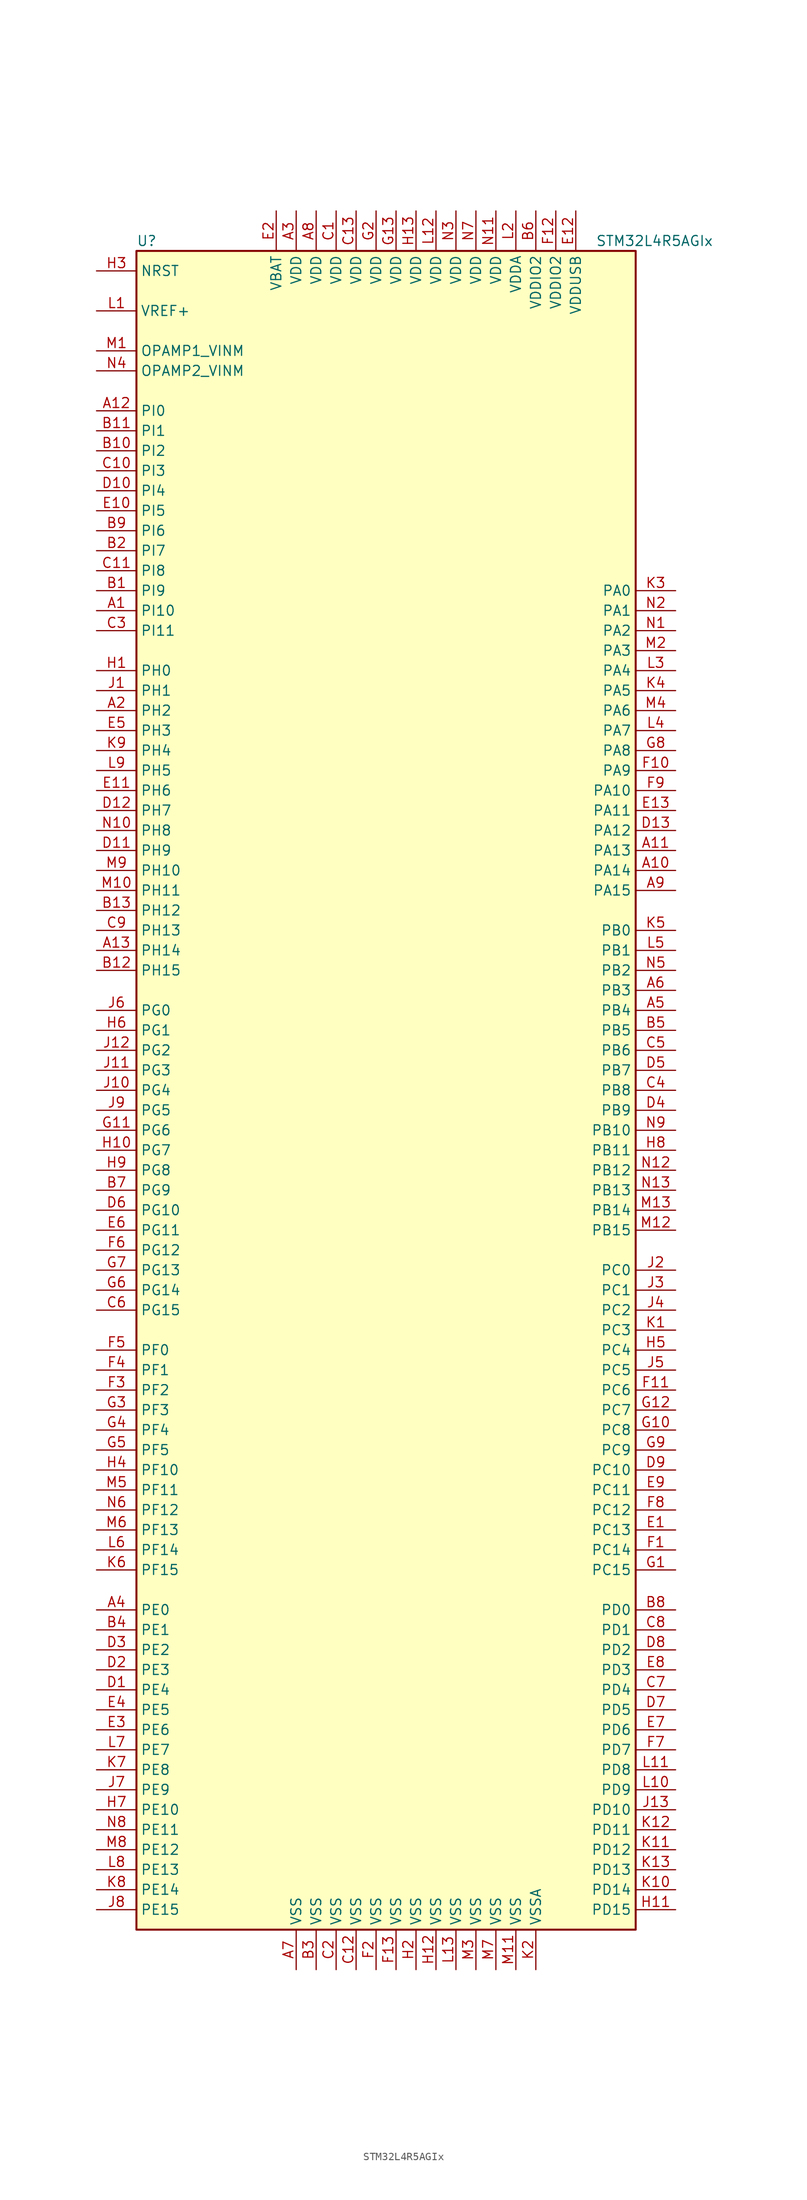
<source format=kicad_sym>
(kicad_symbol_lib
  (version 20211014)
  (generator kicad_symbol_editor)
  (symbol "STM32L4R5AGIx"
    (property "Reference" "U"
      (at -33.02 107.95 0)
      (effects (font (size 1.27 1.27)) (justify left)))
    (property "Value" "STM32L4R5AGIx"
      (at 25.4 107.95 0)
      (effects (font (size 1.27 1.27)) (justify left)))
    (symbol "STM32L4R5AGIx_0_1"
      (rectangle (start -33.02 -106.68) (end 30.48 106.68) (stroke (width 0.254) (type default) (color 0 0 0 0)) (fill (type background))))
    (symbol "STM32L4R5AGIx_1_1"
      (pin bidirectional line (at -38.1 60.96 0) (length 5.08) (name "PI10" (effects (font (size 1.27 1.27)))) (number "A1" (effects (font (size 1.27 1.27)))))
      (pin bidirectional line (at 35.56 27.94 180) (length 5.08) (name "PA14" (effects (font (size 1.27 1.27)))) (number "A10" (effects (font (size 1.27 1.27)))))
      (pin bidirectional line (at 35.56 30.48 180) (length 5.08) (name "PA13" (effects (font (size 1.27 1.27)))) (number "A11" (effects (font (size 1.27 1.27)))))
      (pin bidirectional line (at -38.1 86.36 0) (length 5.08) (name "PI0" (effects (font (size 1.27 1.27)))) (number "A12" (effects (font (size 1.27 1.27)))))
      (pin bidirectional line (at -38.1 17.78 0) (length 5.08) (name "PH14" (effects (font (size 1.27 1.27)))) (number "A13" (effects (font (size 1.27 1.27)))))
      (pin bidirectional line (at -38.1 48.26 0) (length 5.08) (name "PH2" (effects (font (size 1.27 1.27)))) (number "A2" (effects (font (size 1.27 1.27)))))
      (pin power_in line (at -12.7 111.76 270) (length 5.08) (name "VDD" (effects (font (size 1.27 1.27)))) (number "A3" (effects (font (size 1.27 1.27)))))
      (pin bidirectional line (at -38.1 -66.04 0) (length 5.08) (name "PE0" (effects (font (size 1.27 1.27)))) (number "A4" (effects (font (size 1.27 1.27)))))
      (pin bidirectional line (at 35.56 10.16 180) (length 5.08) (name "PB4" (effects (font (size 1.27 1.27)))) (number "A5" (effects (font (size 1.27 1.27)))))
      (pin bidirectional line (at 35.56 12.7 180) (length 5.08) (name "PB3" (effects (font (size 1.27 1.27)))) (number "A6" (effects (font (size 1.27 1.27)))))
      (pin power_in line (at -12.7 -111.76 90) (length 5.08) (name "VSS" (effects (font (size 1.27 1.27)))) (number "A7" (effects (font (size 1.27 1.27)))))
      (pin power_in line (at -10.16 111.76 270) (length 5.08) (name "VDD" (effects (font (size 1.27 1.27)))) (number "A8" (effects (font (size 1.27 1.27)))))
      (pin bidirectional line (at 35.56 25.4 180) (length 5.08) (name "PA15" (effects (font (size 1.27 1.27)))) (number "A9" (effects (font (size 1.27 1.27)))))
      (pin bidirectional line (at -38.1 63.5 0) (length 5.08) (name "PI9" (effects (font (size 1.27 1.27)))) (number "B1" (effects (font (size 1.27 1.27)))))
      (pin bidirectional line (at -38.1 81.28 0) (length 5.08) (name "PI2" (effects (font (size 1.27 1.27)))) (number "B10" (effects (font (size 1.27 1.27)))))
      (pin bidirectional line (at -38.1 83.82 0) (length 5.08) (name "PI1" (effects (font (size 1.27 1.27)))) (number "B11" (effects (font (size 1.27 1.27)))))
      (pin bidirectional line (at -38.1 15.24 0) (length 5.08) (name "PH15" (effects (font (size 1.27 1.27)))) (number "B12" (effects (font (size 1.27 1.27)))))
      (pin bidirectional line (at -38.1 22.86 0) (length 5.08) (name "PH12" (effects (font (size 1.27 1.27)))) (number "B13" (effects (font (size 1.27 1.27)))))
      (pin bidirectional line (at -38.1 68.58 0) (length 5.08) (name "PI7" (effects (font (size 1.27 1.27)))) (number "B2" (effects (font (size 1.27 1.27)))))
      (pin power_in line (at -10.16 -111.76 90) (length 5.08) (name "VSS" (effects (font (size 1.27 1.27)))) (number "B3" (effects (font (size 1.27 1.27)))))
      (pin bidirectional line (at -38.1 -68.58 0) (length 5.08) (name "PE1" (effects (font (size 1.27 1.27)))) (number "B4" (effects (font (size 1.27 1.27)))))
      (pin bidirectional line (at 35.56 7.62 180) (length 5.08) (name "PB5" (effects (font (size 1.27 1.27)))) (number "B5" (effects (font (size 1.27 1.27)))))
      (pin power_in line (at 17.78 111.76 270) (length 5.08) (name "VDDIO2" (effects (font (size 1.27 1.27)))) (number "B6" (effects (font (size 1.27 1.27)))))
      (pin bidirectional line (at -38.1 -12.7 0) (length 5.08) (name "PG9" (effects (font (size 1.27 1.27)))) (number "B7" (effects (font (size 1.27 1.27)))))
      (pin bidirectional line (at 35.56 -66.04 180) (length 5.08) (name "PD0" (effects (font (size 1.27 1.27)))) (number "B8" (effects (font (size 1.27 1.27)))))
      (pin bidirectional line (at -38.1 71.12 0) (length 5.08) (name "PI6" (effects (font (size 1.27 1.27)))) (number "B9" (effects (font (size 1.27 1.27)))))
      (pin power_in line (at -7.62 111.76 270) (length 5.08) (name "VDD" (effects (font (size 1.27 1.27)))) (number "C1" (effects (font (size 1.27 1.27)))))
      (pin bidirectional line (at -38.1 78.74 0) (length 5.08) (name "PI3" (effects (font (size 1.27 1.27)))) (number "C10" (effects (font (size 1.27 1.27)))))
      (pin bidirectional line (at -38.1 66.04 0) (length 5.08) (name "PI8" (effects (font (size 1.27 1.27)))) (number "C11" (effects (font (size 1.27 1.27)))))
      (pin power_in line (at -5.08 -111.76 90) (length 5.08) (name "VSS" (effects (font (size 1.27 1.27)))) (number "C12" (effects (font (size 1.27 1.27)))))
      (pin power_in line (at -5.08 111.76 270) (length 5.08) (name "VDD" (effects (font (size 1.27 1.27)))) (number "C13" (effects (font (size 1.27 1.27)))))
      (pin power_in line (at -7.62 -111.76 90) (length 5.08) (name "VSS" (effects (font (size 1.27 1.27)))) (number "C2" (effects (font (size 1.27 1.27)))))
      (pin bidirectional line (at -38.1 58.42 0) (length 5.08) (name "PI11" (effects (font (size 1.27 1.27)))) (number "C3" (effects (font (size 1.27 1.27)))))
      (pin bidirectional line (at 35.56 0 180) (length 5.08) (name "PB8" (effects (font (size 1.27 1.27)))) (number "C4" (effects (font (size 1.27 1.27)))))
      (pin bidirectional line (at 35.56 5.08 180) (length 5.08) (name "PB6" (effects (font (size 1.27 1.27)))) (number "C5" (effects (font (size 1.27 1.27)))))
      (pin bidirectional line (at -38.1 -27.94 0) (length 5.08) (name "PG15" (effects (font (size 1.27 1.27)))) (number "C6" (effects (font (size 1.27 1.27)))))
      (pin bidirectional line (at 35.56 -76.2 180) (length 5.08) (name "PD4" (effects (font (size 1.27 1.27)))) (number "C7" (effects (font (size 1.27 1.27)))))
      (pin bidirectional line (at 35.56 -68.58 180) (length 5.08) (name "PD1" (effects (font (size 1.27 1.27)))) (number "C8" (effects (font (size 1.27 1.27)))))
      (pin bidirectional line (at -38.1 20.32 0) (length 5.08) (name "PH13" (effects (font (size 1.27 1.27)))) (number "C9" (effects (font (size 1.27 1.27)))))
      (pin bidirectional line (at -38.1 -76.2 0) (length 5.08) (name "PE4" (effects (font (size 1.27 1.27)))) (number "D1" (effects (font (size 1.27 1.27)))))
      (pin bidirectional line (at -38.1 76.2 0) (length 5.08) (name "PI4" (effects (font (size 1.27 1.27)))) (number "D10" (effects (font (size 1.27 1.27)))))
      (pin bidirectional line (at -38.1 30.48 0) (length 5.08) (name "PH9" (effects (font (size 1.27 1.27)))) (number "D11" (effects (font (size 1.27 1.27)))))
      (pin bidirectional line (at -38.1 35.56 0) (length 5.08) (name "PH7" (effects (font (size 1.27 1.27)))) (number "D12" (effects (font (size 1.27 1.27)))))
      (pin bidirectional line (at 35.56 33.02 180) (length 5.08) (name "PA12" (effects (font (size 1.27 1.27)))) (number "D13" (effects (font (size 1.27 1.27)))))
      (pin bidirectional line (at -38.1 -73.66 0) (length 5.08) (name "PE3" (effects (font (size 1.27 1.27)))) (number "D2" (effects (font (size 1.27 1.27)))))
      (pin bidirectional line (at -38.1 -71.12 0) (length 5.08) (name "PE2" (effects (font (size 1.27 1.27)))) (number "D3" (effects (font (size 1.27 1.27)))))
      (pin bidirectional line (at 35.56 -2.54 180) (length 5.08) (name "PB9" (effects (font (size 1.27 1.27)))) (number "D4" (effects (font (size 1.27 1.27)))))
      (pin bidirectional line (at 35.56 2.54 180) (length 5.08) (name "PB7" (effects (font (size 1.27 1.27)))) (number "D5" (effects (font (size 1.27 1.27)))))
      (pin bidirectional line (at -38.1 -15.24 0) (length 5.08) (name "PG10" (effects (font (size 1.27 1.27)))) (number "D6" (effects (font (size 1.27 1.27)))))
      (pin bidirectional line (at 35.56 -78.74 180) (length 5.08) (name "PD5" (effects (font (size 1.27 1.27)))) (number "D7" (effects (font (size 1.27 1.27)))))
      (pin bidirectional line (at 35.56 -71.12 180) (length 5.08) (name "PD2" (effects (font (size 1.27 1.27)))) (number "D8" (effects (font (size 1.27 1.27)))))
      (pin bidirectional line (at 35.56 -48.26 180) (length 5.08) (name "PC10" (effects (font (size 1.27 1.27)))) (number "D9" (effects (font (size 1.27 1.27)))))
      (pin bidirectional line (at 35.56 -55.88 180) (length 5.08) (name "PC13" (effects (font (size 1.27 1.27)))) (number "E1" (effects (font (size 1.27 1.27)))))
      (pin bidirectional line (at -38.1 73.66 0) (length 5.08) (name "PI5" (effects (font (size 1.27 1.27)))) (number "E10" (effects (font (size 1.27 1.27)))))
      (pin bidirectional line (at -38.1 38.1 0) (length 5.08) (name "PH6" (effects (font (size 1.27 1.27)))) (number "E11" (effects (font (size 1.27 1.27)))))
      (pin power_in line (at 22.86 111.76 270) (length 5.08) (name "VDDUSB" (effects (font (size 1.27 1.27)))) (number "E12" (effects (font (size 1.27 1.27)))))
      (pin bidirectional line (at 35.56 35.56 180) (length 5.08) (name "PA11" (effects (font (size 1.27 1.27)))) (number "E13" (effects (font (size 1.27 1.27)))))
      (pin power_in line (at -15.24 111.76 270) (length 5.08) (name "VBAT" (effects (font (size 1.27 1.27)))) (number "E2" (effects (font (size 1.27 1.27)))))
      (pin bidirectional line (at -38.1 -81.28 0) (length 5.08) (name "PE6" (effects (font (size 1.27 1.27)))) (number "E3" (effects (font (size 1.27 1.27)))))
      (pin bidirectional line (at -38.1 -78.74 0) (length 5.08) (name "PE5" (effects (font (size 1.27 1.27)))) (number "E4" (effects (font (size 1.27 1.27)))))
      (pin bidirectional line (at -38.1 45.72 0) (length 5.08) (name "PH3" (effects (font (size 1.27 1.27)))) (number "E5" (effects (font (size 1.27 1.27)))))
      (pin bidirectional line (at -38.1 -17.78 0) (length 5.08) (name "PG11" (effects (font (size 1.27 1.27)))) (number "E6" (effects (font (size 1.27 1.27)))))
      (pin bidirectional line (at 35.56 -81.28 180) (length 5.08) (name "PD6" (effects (font (size 1.27 1.27)))) (number "E7" (effects (font (size 1.27 1.27)))))
      (pin bidirectional line (at 35.56 -73.66 180) (length 5.08) (name "PD3" (effects (font (size 1.27 1.27)))) (number "E8" (effects (font (size 1.27 1.27)))))
      (pin bidirectional line (at 35.56 -50.8 180) (length 5.08) (name "PC11" (effects (font (size 1.27 1.27)))) (number "E9" (effects (font (size 1.27 1.27)))))
      (pin bidirectional line (at 35.56 -58.42 180) (length 5.08) (name "PC14" (effects (font (size 1.27 1.27)))) (number "F1" (effects (font (size 1.27 1.27)))))
      (pin bidirectional line (at 35.56 40.64 180) (length 5.08) (name "PA9" (effects (font (size 1.27 1.27)))) (number "F10" (effects (font (size 1.27 1.27)))))
      (pin bidirectional line (at 35.56 -38.1 180) (length 5.08) (name "PC6" (effects (font (size 1.27 1.27)))) (number "F11" (effects (font (size 1.27 1.27)))))
      (pin power_in line (at 20.32 111.76 270) (length 5.08) (name "VDDIO2" (effects (font (size 1.27 1.27)))) (number "F12" (effects (font (size 1.27 1.27)))))
      (pin power_in line (at 0 -111.76 90) (length 5.08) (name "VSS" (effects (font (size 1.27 1.27)))) (number "F13" (effects (font (size 1.27 1.27)))))
      (pin power_in line (at -2.54 -111.76 90) (length 5.08) (name "VSS" (effects (font (size 1.27 1.27)))) (number "F2" (effects (font (size 1.27 1.27)))))
      (pin bidirectional line (at -38.1 -38.1 0) (length 5.08) (name "PF2" (effects (font (size 1.27 1.27)))) (number "F3" (effects (font (size 1.27 1.27)))))
      (pin bidirectional line (at -38.1 -35.56 0) (length 5.08) (name "PF1" (effects (font (size 1.27 1.27)))) (number "F4" (effects (font (size 1.27 1.27)))))
      (pin bidirectional line (at -38.1 -33.02 0) (length 5.08) (name "PF0" (effects (font (size 1.27 1.27)))) (number "F5" (effects (font (size 1.27 1.27)))))
      (pin bidirectional line (at -38.1 -20.32 0) (length 5.08) (name "PG12" (effects (font (size 1.27 1.27)))) (number "F6" (effects (font (size 1.27 1.27)))))
      (pin bidirectional line (at 35.56 -83.82 180) (length 5.08) (name "PD7" (effects (font (size 1.27 1.27)))) (number "F7" (effects (font (size 1.27 1.27)))))
      (pin bidirectional line (at 35.56 -53.34 180) (length 5.08) (name "PC12" (effects (font (size 1.27 1.27)))) (number "F8" (effects (font (size 1.27 1.27)))))
      (pin bidirectional line (at 35.56 38.1 180) (length 5.08) (name "PA10" (effects (font (size 1.27 1.27)))) (number "F9" (effects (font (size 1.27 1.27)))))
      (pin bidirectional line (at 35.56 -60.96 180) (length 5.08) (name "PC15" (effects (font (size 1.27 1.27)))) (number "G1" (effects (font (size 1.27 1.27)))))
      (pin bidirectional line (at 35.56 -43.18 180) (length 5.08) (name "PC8" (effects (font (size 1.27 1.27)))) (number "G10" (effects (font (size 1.27 1.27)))))
      (pin bidirectional line (at -38.1 -5.08 0) (length 5.08) (name "PG6" (effects (font (size 1.27 1.27)))) (number "G11" (effects (font (size 1.27 1.27)))))
      (pin bidirectional line (at 35.56 -40.64 180) (length 5.08) (name "PC7" (effects (font (size 1.27 1.27)))) (number "G12" (effects (font (size 1.27 1.27)))))
      (pin power_in line (at 0 111.76 270) (length 5.08) (name "VDD" (effects (font (size 1.27 1.27)))) (number "G13" (effects (font (size 1.27 1.27)))))
      (pin power_in line (at -2.54 111.76 270) (length 5.08) (name "VDD" (effects (font (size 1.27 1.27)))) (number "G2" (effects (font (size 1.27 1.27)))))
      (pin bidirectional line (at -38.1 -40.64 0) (length 5.08) (name "PF3" (effects (font (size 1.27 1.27)))) (number "G3" (effects (font (size 1.27 1.27)))))
      (pin bidirectional line (at -38.1 -43.18 0) (length 5.08) (name "PF4" (effects (font (size 1.27 1.27)))) (number "G4" (effects (font (size 1.27 1.27)))))
      (pin bidirectional line (at -38.1 -45.72 0) (length 5.08) (name "PF5" (effects (font (size 1.27 1.27)))) (number "G5" (effects (font (size 1.27 1.27)))))
      (pin bidirectional line (at -38.1 -25.4 0) (length 5.08) (name "PG14" (effects (font (size 1.27 1.27)))) (number "G6" (effects (font (size 1.27 1.27)))))
      (pin bidirectional line (at -38.1 -22.86 0) (length 5.08) (name "PG13" (effects (font (size 1.27 1.27)))) (number "G7" (effects (font (size 1.27 1.27)))))
      (pin bidirectional line (at 35.56 43.18 180) (length 5.08) (name "PA8" (effects (font (size 1.27 1.27)))) (number "G8" (effects (font (size 1.27 1.27)))))
      (pin bidirectional line (at 35.56 -45.72 180) (length 5.08) (name "PC9" (effects (font (size 1.27 1.27)))) (number "G9" (effects (font (size 1.27 1.27)))))
      (pin input line (at -38.1 53.34 0) (length 5.08) (name "PH0" (effects (font (size 1.27 1.27)))) (number "H1" (effects (font (size 1.27 1.27)))))
      (pin bidirectional line (at -38.1 -7.62 0) (length 5.08) (name "PG7" (effects (font (size 1.27 1.27)))) (number "H10" (effects (font (size 1.27 1.27)))))
      (pin bidirectional line (at 35.56 -104.14 180) (length 5.08) (name "PD15" (effects (font (size 1.27 1.27)))) (number "H11" (effects (font (size 1.27 1.27)))))
      (pin power_in line (at 5.08 -111.76 90) (length 5.08) (name "VSS" (effects (font (size 1.27 1.27)))) (number "H12" (effects (font (size 1.27 1.27)))))
      (pin power_in line (at 2.54 111.76 270) (length 5.08) (name "VDD" (effects (font (size 1.27 1.27)))) (number "H13" (effects (font (size 1.27 1.27)))))
      (pin power_in line (at 2.54 -111.76 90) (length 5.08) (name "VSS" (effects (font (size 1.27 1.27)))) (number "H2" (effects (font (size 1.27 1.27)))))
      (pin input line (at -38.1 104.14 0) (length 5.08) (name "NRST" (effects (font (size 1.27 1.27)))) (number "H3" (effects (font (size 1.27 1.27)))))
      (pin bidirectional line (at -38.1 -48.26 0) (length 5.08) (name "PF10" (effects (font (size 1.27 1.27)))) (number "H4" (effects (font (size 1.27 1.27)))))
      (pin bidirectional line (at 35.56 -33.02 180) (length 5.08) (name "PC4" (effects (font (size 1.27 1.27)))) (number "H5" (effects (font (size 1.27 1.27)))))
      (pin bidirectional line (at -38.1 7.62 0) (length 5.08) (name "PG1" (effects (font (size 1.27 1.27)))) (number "H6" (effects (font (size 1.27 1.27)))))
      (pin bidirectional line (at -38.1 -91.44 0) (length 5.08) (name "PE10" (effects (font (size 1.27 1.27)))) (number "H7" (effects (font (size 1.27 1.27)))))
      (pin bidirectional line (at 35.56 -7.62 180) (length 5.08) (name "PB11" (effects (font (size 1.27 1.27)))) (number "H8" (effects (font (size 1.27 1.27)))))
      (pin bidirectional line (at -38.1 -10.16 0) (length 5.08) (name "PG8" (effects (font (size 1.27 1.27)))) (number "H9" (effects (font (size 1.27 1.27)))))
      (pin input line (at -38.1 50.8 0) (length 5.08) (name "PH1" (effects (font (size 1.27 1.27)))) (number "J1" (effects (font (size 1.27 1.27)))))
      (pin bidirectional line (at -38.1 0 0) (length 5.08) (name "PG4" (effects (font (size 1.27 1.27)))) (number "J10" (effects (font (size 1.27 1.27)))))
      (pin bidirectional line (at -38.1 2.54 0) (length 5.08) (name "PG3" (effects (font (size 1.27 1.27)))) (number "J11" (effects (font (size 1.27 1.27)))))
      (pin bidirectional line (at -38.1 5.08 0) (length 5.08) (name "PG2" (effects (font (size 1.27 1.27)))) (number "J12" (effects (font (size 1.27 1.27)))))
      (pin bidirectional line (at 35.56 -91.44 180) (length 5.08) (name "PD10" (effects (font (size 1.27 1.27)))) (number "J13" (effects (font (size 1.27 1.27)))))
      (pin bidirectional line (at 35.56 -22.86 180) (length 5.08) (name "PC0" (effects (font (size 1.27 1.27)))) (number "J2" (effects (font (size 1.27 1.27)))))
      (pin bidirectional line (at 35.56 -25.4 180) (length 5.08) (name "PC1" (effects (font (size 1.27 1.27)))) (number "J3" (effects (font (size 1.27 1.27)))))
      (pin bidirectional line (at 35.56 -27.94 180) (length 5.08) (name "PC2" (effects (font (size 1.27 1.27)))) (number "J4" (effects (font (size 1.27 1.27)))))
      (pin bidirectional line (at 35.56 -35.56 180) (length 5.08) (name "PC5" (effects (font (size 1.27 1.27)))) (number "J5" (effects (font (size 1.27 1.27)))))
      (pin bidirectional line (at -38.1 10.16 0) (length 5.08) (name "PG0" (effects (font (size 1.27 1.27)))) (number "J6" (effects (font (size 1.27 1.27)))))
      (pin bidirectional line (at -38.1 -88.9 0) (length 5.08) (name "PE9" (effects (font (size 1.27 1.27)))) (number "J7" (effects (font (size 1.27 1.27)))))
      (pin bidirectional line (at -38.1 -104.14 0) (length 5.08) (name "PE15" (effects (font (size 1.27 1.27)))) (number "J8" (effects (font (size 1.27 1.27)))))
      (pin bidirectional line (at -38.1 -2.54 0) (length 5.08) (name "PG5" (effects (font (size 1.27 1.27)))) (number "J9" (effects (font (size 1.27 1.27)))))
      (pin bidirectional line (at 35.56 -30.48 180) (length 5.08) (name "PC3" (effects (font (size 1.27 1.27)))) (number "K1" (effects (font (size 1.27 1.27)))))
      (pin bidirectional line (at 35.56 -101.6 180) (length 5.08) (name "PD14" (effects (font (size 1.27 1.27)))) (number "K10" (effects (font (size 1.27 1.27)))))
      (pin bidirectional line (at 35.56 -96.52 180) (length 5.08) (name "PD12" (effects (font (size 1.27 1.27)))) (number "K11" (effects (font (size 1.27 1.27)))))
      (pin bidirectional line (at 35.56 -93.98 180) (length 5.08) (name "PD11" (effects (font (size 1.27 1.27)))) (number "K12" (effects (font (size 1.27 1.27)))))
      (pin bidirectional line (at 35.56 -99.06 180) (length 5.08) (name "PD13" (effects (font (size 1.27 1.27)))) (number "K13" (effects (font (size 1.27 1.27)))))
      (pin power_in line (at 17.78 -111.76 90) (length 5.08) (name "VSSA" (effects (font (size 1.27 1.27)))) (number "K2" (effects (font (size 1.27 1.27)))))
      (pin bidirectional line (at 35.56 63.5 180) (length 5.08) (name "PA0" (effects (font (size 1.27 1.27)))) (number "K3" (effects (font (size 1.27 1.27)))))
      (pin bidirectional line (at 35.56 50.8 180) (length 5.08) (name "PA5" (effects (font (size 1.27 1.27)))) (number "K4" (effects (font (size 1.27 1.27)))))
      (pin bidirectional line (at 35.56 20.32 180) (length 5.08) (name "PB0" (effects (font (size 1.27 1.27)))) (number "K5" (effects (font (size 1.27 1.27)))))
      (pin bidirectional line (at -38.1 -60.96 0) (length 5.08) (name "PF15" (effects (font (size 1.27 1.27)))) (number "K6" (effects (font (size 1.27 1.27)))))
      (pin bidirectional line (at -38.1 -86.36 0) (length 5.08) (name "PE8" (effects (font (size 1.27 1.27)))) (number "K7" (effects (font (size 1.27 1.27)))))
      (pin bidirectional line (at -38.1 -101.6 0) (length 5.08) (name "PE14" (effects (font (size 1.27 1.27)))) (number "K8" (effects (font (size 1.27 1.27)))))
      (pin bidirectional line (at -38.1 43.18 0) (length 5.08) (name "PH4" (effects (font (size 1.27 1.27)))) (number "K9" (effects (font (size 1.27 1.27)))))
      (pin bidirectional line (at -38.1 99.06 0) (length 5.08) (name "VREF+" (effects (font (size 1.27 1.27)))) (number "L1" (effects (font (size 1.27 1.27)))))
      (pin bidirectional line (at 35.56 -88.9 180) (length 5.08) (name "PD9" (effects (font (size 1.27 1.27)))) (number "L10" (effects (font (size 1.27 1.27)))))
      (pin bidirectional line (at 35.56 -86.36 180) (length 5.08) (name "PD8" (effects (font (size 1.27 1.27)))) (number "L11" (effects (font (size 1.27 1.27)))))
      (pin power_in line (at 5.08 111.76 270) (length 5.08) (name "VDD" (effects (font (size 1.27 1.27)))) (number "L12" (effects (font (size 1.27 1.27)))))
      (pin power_in line (at 7.62 -111.76 90) (length 5.08) (name "VSS" (effects (font (size 1.27 1.27)))) (number "L13" (effects (font (size 1.27 1.27)))))
      (pin power_in line (at 15.24 111.76 270) (length 5.08) (name "VDDA" (effects (font (size 1.27 1.27)))) (number "L2" (effects (font (size 1.27 1.27)))))
      (pin bidirectional line (at 35.56 53.34 180) (length 5.08) (name "PA4" (effects (font (size 1.27 1.27)))) (number "L3" (effects (font (size 1.27 1.27)))))
      (pin bidirectional line (at 35.56 45.72 180) (length 5.08) (name "PA7" (effects (font (size 1.27 1.27)))) (number "L4" (effects (font (size 1.27 1.27)))))
      (pin bidirectional line (at 35.56 17.78 180) (length 5.08) (name "PB1" (effects (font (size 1.27 1.27)))) (number "L5" (effects (font (size 1.27 1.27)))))
      (pin bidirectional line (at -38.1 -58.42 0) (length 5.08) (name "PF14" (effects (font (size 1.27 1.27)))) (number "L6" (effects (font (size 1.27 1.27)))))
      (pin bidirectional line (at -38.1 -83.82 0) (length 5.08) (name "PE7" (effects (font (size 1.27 1.27)))) (number "L7" (effects (font (size 1.27 1.27)))))
      (pin bidirectional line (at -38.1 -99.06 0) (length 5.08) (name "PE13" (effects (font (size 1.27 1.27)))) (number "L8" (effects (font (size 1.27 1.27)))))
      (pin bidirectional line (at -38.1 40.64 0) (length 5.08) (name "PH5" (effects (font (size 1.27 1.27)))) (number "L9" (effects (font (size 1.27 1.27)))))
      (pin bidirectional line (at -38.1 93.98 0) (length 5.08) (name "OPAMP1_VINM" (effects (font (size 1.27 1.27)))) (number "M1" (effects (font (size 1.27 1.27)))))
      (pin bidirectional line (at -38.1 25.4 0) (length 5.08) (name "PH11" (effects (font (size 1.27 1.27)))) (number "M10" (effects (font (size 1.27 1.27)))))
      (pin power_in line (at 15.24 -111.76 90) (length 5.08) (name "VSS" (effects (font (size 1.27 1.27)))) (number "M11" (effects (font (size 1.27 1.27)))))
      (pin bidirectional line (at 35.56 -17.78 180) (length 5.08) (name "PB15" (effects (font (size 1.27 1.27)))) (number "M12" (effects (font (size 1.27 1.27)))))
      (pin bidirectional line (at 35.56 -15.24 180) (length 5.08) (name "PB14" (effects (font (size 1.27 1.27)))) (number "M13" (effects (font (size 1.27 1.27)))))
      (pin bidirectional line (at 35.56 55.88 180) (length 5.08) (name "PA3" (effects (font (size 1.27 1.27)))) (number "M2" (effects (font (size 1.27 1.27)))))
      (pin power_in line (at 10.16 -111.76 90) (length 5.08) (name "VSS" (effects (font (size 1.27 1.27)))) (number "M3" (effects (font (size 1.27 1.27)))))
      (pin bidirectional line (at 35.56 48.26 180) (length 5.08) (name "PA6" (effects (font (size 1.27 1.27)))) (number "M4" (effects (font (size 1.27 1.27)))))
      (pin bidirectional line (at -38.1 -50.8 0) (length 5.08) (name "PF11" (effects (font (size 1.27 1.27)))) (number "M5" (effects (font (size 1.27 1.27)))))
      (pin bidirectional line (at -38.1 -55.88 0) (length 5.08) (name "PF13" (effects (font (size 1.27 1.27)))) (number "M6" (effects (font (size 1.27 1.27)))))
      (pin power_in line (at 12.7 -111.76 90) (length 5.08) (name "VSS" (effects (font (size 1.27 1.27)))) (number "M7" (effects (font (size 1.27 1.27)))))
      (pin bidirectional line (at -38.1 -96.52 0) (length 5.08) (name "PE12" (effects (font (size 1.27 1.27)))) (number "M8" (effects (font (size 1.27 1.27)))))
      (pin bidirectional line (at -38.1 27.94 0) (length 5.08) (name "PH10" (effects (font (size 1.27 1.27)))) (number "M9" (effects (font (size 1.27 1.27)))))
      (pin bidirectional line (at 35.56 58.42 180) (length 5.08) (name "PA2" (effects (font (size 1.27 1.27)))) (number "N1" (effects (font (size 1.27 1.27)))))
      (pin bidirectional line (at -38.1 33.02 0) (length 5.08) (name "PH8" (effects (font (size 1.27 1.27)))) (number "N10" (effects (font (size 1.27 1.27)))))
      (pin power_in line (at 12.7 111.76 270) (length 5.08) (name "VDD" (effects (font (size 1.27 1.27)))) (number "N11" (effects (font (size 1.27 1.27)))))
      (pin bidirectional line (at 35.56 -10.16 180) (length 5.08) (name "PB12" (effects (font (size 1.27 1.27)))) (number "N12" (effects (font (size 1.27 1.27)))))
      (pin bidirectional line (at 35.56 -12.7 180) (length 5.08) (name "PB13" (effects (font (size 1.27 1.27)))) (number "N13" (effects (font (size 1.27 1.27)))))
      (pin bidirectional line (at 35.56 60.96 180) (length 5.08) (name "PA1" (effects (font (size 1.27 1.27)))) (number "N2" (effects (font (size 1.27 1.27)))))
      (pin power_in line (at 7.62 111.76 270) (length 5.08) (name "VDD" (effects (font (size 1.27 1.27)))) (number "N3" (effects (font (size 1.27 1.27)))))
      (pin bidirectional line (at -38.1 91.44 0) (length 5.08) (name "OPAMP2_VINM" (effects (font (size 1.27 1.27)))) (number "N4" (effects (font (size 1.27 1.27)))))
      (pin bidirectional line (at 35.56 15.24 180) (length 5.08) (name "PB2" (effects (font (size 1.27 1.27)))) (number "N5" (effects (font (size 1.27 1.27)))))
      (pin bidirectional line (at -38.1 -53.34 0) (length 5.08) (name "PF12" (effects (font (size 1.27 1.27)))) (number "N6" (effects (font (size 1.27 1.27)))))
      (pin power_in line (at 10.16 111.76 270) (length 5.08) (name "VDD" (effects (font (size 1.27 1.27)))) (number "N7" (effects (font (size 1.27 1.27)))))
      (pin bidirectional line (at -38.1 -93.98 0) (length 5.08) (name "PE11" (effects (font (size 1.27 1.27)))) (number "N8" (effects (font (size 1.27 1.27)))))
      (pin bidirectional line (at 35.56 -5.08 180) (length 5.08) (name "PB10" (effects (font (size 1.27 1.27)))) (number "N9" (effects (font (size 1.27 1.27))))))))
</source>
